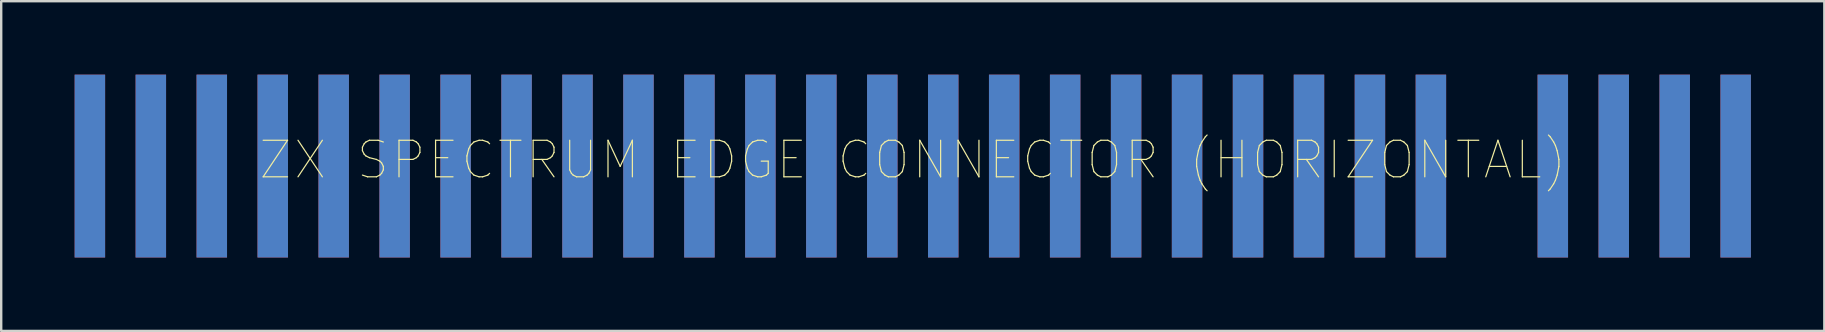
<source format=kicad_pcb>
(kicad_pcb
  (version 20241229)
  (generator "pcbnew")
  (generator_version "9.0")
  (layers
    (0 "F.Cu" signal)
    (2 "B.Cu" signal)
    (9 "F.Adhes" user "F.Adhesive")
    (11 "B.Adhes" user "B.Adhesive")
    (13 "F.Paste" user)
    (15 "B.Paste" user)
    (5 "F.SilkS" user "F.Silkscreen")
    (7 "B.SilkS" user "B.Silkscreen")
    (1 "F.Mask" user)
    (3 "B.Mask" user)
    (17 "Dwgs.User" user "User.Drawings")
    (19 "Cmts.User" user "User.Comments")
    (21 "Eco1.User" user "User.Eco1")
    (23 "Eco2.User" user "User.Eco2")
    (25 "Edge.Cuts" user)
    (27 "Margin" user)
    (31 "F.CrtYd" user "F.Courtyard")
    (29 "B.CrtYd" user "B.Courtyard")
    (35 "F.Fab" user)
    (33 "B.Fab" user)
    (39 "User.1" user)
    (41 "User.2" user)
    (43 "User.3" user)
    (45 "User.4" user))
  (footprint "ZX SPECTRUM EDGE CONNECTOR (HORIZONTAL)"
    (layer "F.Cu")
    (at 34.985 3.616)
    (property "Reference" "ZX SPECTRUM EDGE CONNECTOR (HORIZONTAL)" (at 0 0 180) (layer "F.SilkS") (effects (font (size 1.524 1.524) (thickness 0.05))))
    (attr smd)
    (fp_rect (start -34.925 4.064) (end -33.655 -3.556) (stroke (width 0.12) (type solid)) (fill yes) (layer "F.Mask"))
    (fp_rect (start -32.385 4.064) (end -31.115 -3.556) (stroke (width 0.12) (type solid)) (fill yes) (layer "F.Mask"))
    (fp_rect (start -29.845 4.064) (end -28.575 -3.556) (stroke (width 0.12) (type solid)) (fill yes) (layer "F.Mask"))
    (fp_rect (start -27.305 4.064) (end -26.035 -3.556) (stroke (width 0.12) (type solid)) (fill yes) (layer "F.Mask"))
    (fp_rect (start -24.765 4.064) (end -23.495 -3.556) (stroke (width 0.12) (type solid)) (fill yes) (layer "F.Mask"))
    (fp_rect (start -22.225 4.064) (end -20.955 -3.556) (stroke (width 0.12) (type solid)) (fill yes) (layer "F.Mask"))
    (fp_rect (start -19.685 4.064) (end -18.415 -3.556) (stroke (width 0.12) (type solid)) (fill yes) (layer "F.Mask"))
    (fp_rect (start -17.145 4.064) (end -15.875 -3.556) (stroke (width 0.12) (type solid)) (fill yes) (layer "F.Mask"))
    (fp_rect (start -14.605 4.064) (end -13.335 -3.556) (stroke (width 0.12) (type solid)) (fill yes) (layer "F.Mask"))
    (fp_rect (start -12.065 4.064) (end -10.795 -3.556) (stroke (width 0.12) (type solid)) (fill yes) (layer "F.Mask"))
    (fp_rect (start -9.525 4.064) (end -8.255 -3.556) (stroke (width 0.12) (type solid)) (fill yes) (layer "F.Mask"))
    (fp_rect (start -6.985 4.064) (end -5.715 -3.556) (stroke (width 0.12) (type solid)) (fill yes) (layer "F.Mask"))
    (fp_rect (start -4.445 4.064) (end -3.175 -3.556) (stroke (width 0.12) (type solid)) (fill yes) (layer "F.Mask"))
    (fp_rect (start -1.905 4.064) (end -0.635 -3.556) (stroke (width 0.12) (type solid)) (fill yes) (layer "F.Mask"))
    (fp_rect (start 0.635 4.064) (end 1.905 -3.556) (stroke (width 0.12) (type solid)) (fill yes) (layer "F.Mask"))
    (fp_rect (start 3.175 4.064) (end 4.445 -3.556) (stroke (width 0.12) (type solid)) (fill yes) (layer "F.Mask"))
    (fp_rect (start 5.715 4.064) (end 6.985 -3.556) (stroke (width 0.12) (type solid)) (fill yes) (layer "F.Mask"))
    (fp_rect (start 8.255 4.064) (end 9.525 -3.556) (stroke (width 0.12) (type solid)) (fill yes) (layer "F.Mask"))
    (fp_rect (start 10.795 4.064) (end 12.065 -3.556) (stroke (width 0.12) (type solid)) (fill yes) (layer "F.Mask"))
    (fp_rect (start 13.335 4.064) (end 14.605 -3.556) (stroke (width 0.12) (type solid)) (fill yes) (layer "F.Mask"))
    (fp_rect (start 15.875 4.064) (end 17.145 -3.556) (stroke (width 0.12) (type solid)) (fill yes) (layer "F.Mask"))
    (fp_rect (start 18.415 4.064) (end 19.685 -3.556) (stroke (width 0.12) (type solid)) (fill yes) (layer "F.Mask"))
    (fp_rect (start 20.955 4.064) (end 22.225 -3.556) (stroke (width 0.12) (type solid)) (fill yes) (layer "F.Mask"))
    (fp_rect (start 26.035 4.064) (end 27.305 -3.556) (stroke (width 0.12) (type solid)) (fill yes) (layer "F.Mask"))
    (fp_rect (start 28.575 4.064) (end 29.845 -3.556) (stroke (width 0.12) (type solid)) (fill yes) (layer "F.Mask"))
    (fp_rect (start 31.115 4.064) (end 32.385 -3.556) (stroke (width 0.12) (type solid)) (fill yes) (layer "F.Mask"))
    (fp_rect (start 33.655 4.064) (end 34.925 -3.556) (stroke (width 0.12) (type solid)) (fill yes) (layer "F.Mask"))
    (fp_rect (start -34.925 4.064) (end -33.655 -3.556) (stroke (width 0.12) (type solid)) (fill yes) (layer "B.Mask"))
    (fp_rect (start -32.385 4.064) (end -31.115 -3.556) (stroke (width 0.12) (type solid)) (fill yes) (layer "B.Mask"))
    (fp_rect (start -29.845 4.064) (end -28.575 -3.556) (stroke (width 0.12) (type solid)) (fill yes) (layer "B.Mask"))
    (fp_rect (start -27.305 4.064) (end -26.035 -3.556) (stroke (width 0.12) (type solid)) (fill yes) (layer "B.Mask"))
    (fp_rect (start -24.765 4.064) (end -23.495 -3.556) (stroke (width 0.12) (type solid)) (fill yes) (layer "B.Mask"))
    (fp_rect (start -22.225 4.064) (end -20.955 -3.556) (stroke (width 0.12) (type solid)) (fill yes) (layer "B.Mask"))
    (fp_rect (start -19.685 4.064) (end -18.415 -3.556) (stroke (width 0.12) (type solid)) (fill yes) (layer "B.Mask"))
    (fp_rect (start -17.145 4.064) (end -15.875 -3.556) (stroke (width 0.12) (type solid)) (fill yes) (layer "B.Mask"))
    (fp_rect (start -14.605 4.064) (end -13.335 -3.556) (stroke (width 0.12) (type solid)) (fill yes) (layer "B.Mask"))
    (fp_rect (start -12.065 4.064) (end -10.795 -3.556) (stroke (width 0.12) (type solid)) (fill yes) (layer "B.Mask"))
    (fp_rect (start -9.525 4.064) (end -8.255 -3.556) (stroke (width 0.12) (type solid)) (fill yes) (layer "B.Mask"))
    (fp_rect (start -6.985 4.064) (end -5.715 -3.556) (stroke (width 0.12) (type solid)) (fill yes) (layer "B.Mask"))
    (fp_rect (start -4.445 4.064) (end -3.175 -3.556) (stroke (width 0.12) (type solid)) (fill yes) (layer "B.Mask"))
    (fp_rect (start -1.905 4.064) (end -0.635 -3.556) (stroke (width 0.12) (type solid)) (fill yes) (layer "B.Mask"))
    (fp_rect (start 0.635 4.064) (end 1.905 -3.556) (stroke (width 0.12) (type solid)) (fill yes) (layer "B.Mask"))
    (fp_rect (start 3.175 4.064) (end 4.445 -3.556) (stroke (width 0.12) (type solid)) (fill yes) (layer "B.Mask"))
    (fp_rect (start 5.715 4.064) (end 6.985 -3.556) (stroke (width 0.12) (type solid)) (fill yes) (layer "B.Mask"))
    (fp_rect (start 8.255 4.064) (end 9.525 -3.556) (stroke (width 0.12) (type solid)) (fill yes) (layer "B.Mask"))
    (fp_rect (start 10.795 4.064) (end 12.065 -3.556) (stroke (width 0.12) (type solid)) (fill yes) (layer "B.Mask"))
    (fp_rect (start 13.335 4.064) (end 14.605 -3.556) (stroke (width 0.12) (type solid)) (fill yes) (layer "B.Mask"))
    (fp_rect (start 15.875 4.064) (end 17.145 -3.556) (stroke (width 0.12) (type solid)) (fill yes) (layer "B.Mask"))
    (fp_rect (start 18.415 4.064) (end 19.685 -3.556) (stroke (width 0.12) (type solid)) (fill yes) (layer "B.Mask"))
    (fp_rect (start 20.955 4.064) (end 22.225 -3.556) (stroke (width 0.12) (type solid)) (fill yes) (layer "B.Mask"))
    (fp_rect (start 26.035 4.064) (end 27.305 -3.556) (stroke (width 0.12) (type solid)) (fill yes) (layer "B.Mask"))
    (fp_rect (start 28.575 4.064) (end 29.845 -3.556) (stroke (width 0.12) (type solid)) (fill yes) (layer "B.Mask"))
    (fp_rect (start 31.115 4.064) (end 32.385 -3.556) (stroke (width 0.12) (type solid)) (fill yes) (layer "B.Mask"))
    (fp_rect (start 33.655 4.064) (end 34.925 -3.556) (stroke (width 0.12) (type solid)) (fill yes) (layer "B.Mask"))
    (pad "1" smd rect (at 34.29 0.254 180) (size 1.27 7.62) (layers "F.Cu"))
    (pad "2" smd rect (at 31.75 0.254 180) (size 1.27 7.62) (layers "F.Cu"))
    (pad "3" smd rect (at 29.21 0.254 180) (size 1.27 7.62) (layers "F.Cu"))
    (pad "4" smd rect (at 26.67 0.254 180) (size 1.27 7.62) (layers "F.Cu"))
    (pad "6" smd rect (at 21.59 0.254 180) (size 1.27 7.62) (layers "F.Cu"))
    (pad "7" smd rect (at 19.05 0.254 180) (size 1.27 7.62) (layers "F.Cu"))
    (pad "8" smd rect (at 16.51 0.254 180) (size 1.27 7.62) (layers "F.Cu"))
    (pad "9" smd rect (at 13.97 0.254 180) (size 1.27 7.62) (layers "F.Cu"))
    (pad "10" smd rect (at 11.43 0.254 180) (size 1.27 7.62) (layers "F.Cu"))
    (pad "11" smd rect (at 8.89 0.254 180) (size 1.27 7.62) (layers "F.Cu"))
    (pad "12" smd rect (at 6.35 0.254 180) (size 1.27 7.62) (layers "F.Cu"))
    (pad "13" smd rect (at 3.81 0.254 180) (size 1.27 7.62) (layers "F.Cu"))
    (pad "14" smd rect (at 1.27 0.254 180) (size 1.27 7.62) (layers "F.Cu"))
    (pad "15" smd rect (at -1.27 0.254 180) (size 1.27 7.62) (layers "F.Cu"))
    (pad "16" smd rect (at -3.81 0.254 180) (size 1.27 7.62) (layers "F.Cu"))
    (pad "17" smd rect (at -6.35 0.254 180) (size 1.27 7.62) (layers "F.Cu"))
    (pad "18" smd rect (at -8.89 0.254 180) (size 1.27 7.62) (layers "F.Cu"))
    (pad "19" smd rect (at -11.43 0.254 180) (size 1.27 7.62) (layers "F.Cu"))
    (pad "20" smd rect (at -13.97 0.254 180) (size 1.27 7.62) (layers "F.Cu"))
    (pad "21" smd rect (at -16.51 0.254 180) (size 1.27 7.62) (layers "F.Cu"))
    (pad "22" smd rect (at -19.05 0.254 180) (size 1.27 7.62) (layers "F.Cu"))
    (pad "23" smd rect (at -21.59 0.254 180) (size 1.27 7.62) (layers "F.Cu"))
    (pad "24" smd rect (at -24.13 0.254 180) (size 1.27 7.62) (layers "F.Cu"))
    (pad "25" smd rect (at -26.67 0.254 180) (size 1.27 7.62) (layers "F.Cu"))
    (pad "26" smd rect (at -29.21 0.254 180) (size 1.27 7.62) (layers "F.Cu"))
    (pad "27" smd rect (at -31.75 0.254 180) (size 1.27 7.62) (layers "F.Cu"))
    (pad "28" smd rect (at -34.29 0.254 180) (size 1.27 7.62) (layers "F.Cu"))
    (pad "29" smd rect (at 34.29 0.254 180) (size 1.27 7.62) (layers "B.Cu"))
    (pad "30" smd rect (at 31.75 0.254 180) (size 1.27 7.62) (layers "B.Cu"))
    (pad "31" smd rect (at 29.21 0.254 180) (size 1.27 7.62) (layers "B.Cu"))
    (pad "32" smd rect (at 26.67 0.254 180) (size 1.27 7.62) (layers "B.Cu"))
    (pad "34" smd rect (at 21.59 0.254 180) (size 1.27 7.62) (layers "B.Cu"))
    (pad "35" smd rect (at 19.05 0.254 180) (size 1.27 7.62) (layers "B.Cu"))
    (pad "36" smd rect (at 16.51 0.254 180) (size 1.27 7.62) (layers "B.Cu"))
    (pad "37" smd rect (at 13.97 0.254 180) (size 1.27 7.62) (layers "B.Cu"))
    (pad "38" smd rect (at 11.43 0.254 180) (size 1.27 7.62) (layers "B.Cu"))
    (pad "39" smd rect (at 8.89 0.254 180) (size 1.27 7.62) (layers "B.Cu"))
    (pad "40" smd rect (at 6.35 0.254 180) (size 1.27 7.62) (layers "B.Cu"))
    (pad "41" smd rect (at 3.81 0.254 180) (size 1.27 7.62) (layers "B.Cu"))
    (pad "42" smd rect (at 1.27 0.254 180) (size 1.27 7.62) (layers "B.Cu"))
    (pad "43" smd rect (at -1.27 0.254 180) (size 1.27 7.62) (layers "B.Cu"))
    (pad "44" smd rect (at -3.81 0.254 180) (size 1.27 7.62) (layers "B.Cu"))
    (pad "45" smd rect (at -6.35 0.254 180) (size 1.27 7.62) (layers "B.Cu"))
    (pad "46" smd rect (at -8.89 0.254 180) (size 1.27 7.62) (layers "B.Cu"))
    (pad "47" smd rect (at -11.43 0.254 180) (size 1.27 7.62) (layers "B.Cu"))
    (pad "48" smd rect (at -13.97 0.254 180) (size 1.27 7.62) (layers "B.Cu"))
    (pad "49" smd rect (at -16.51 0.254 180) (size 1.27 7.62) (layers "B.Cu"))
    (pad "50" smd rect (at -19.05 0.254 180) (size 1.27 7.62) (layers "B.Cu"))
    (pad "51" smd rect (at -21.59 0.254 180) (size 1.27 7.62) (layers "B.Cu"))
    (pad "52" smd rect (at -24.13 0.254 180) (size 1.27 7.62) (layers "B.Cu"))
    (pad "53" smd rect (at -26.67 0.254 180) (size 1.27 7.62) (layers "B.Cu"))
    (pad "54" smd rect (at -29.21 0.254 180) (size 1.27 7.62) (layers "B.Cu"))
    (pad "55" smd rect (at -31.75 0.254 180) (size 1.27 7.62) (layers "B.Cu"))
    (pad "56" smd rect (at -34.29 0.254 180) (size 1.27 7.62) (layers "B.Cu")))
  (gr_rect
    (start -3 -3)
    (end 72.97 10.74)
    (stroke (width 0.1) (type default))
    (fill no)
    (layer "Edge.Cuts")))
</source>
